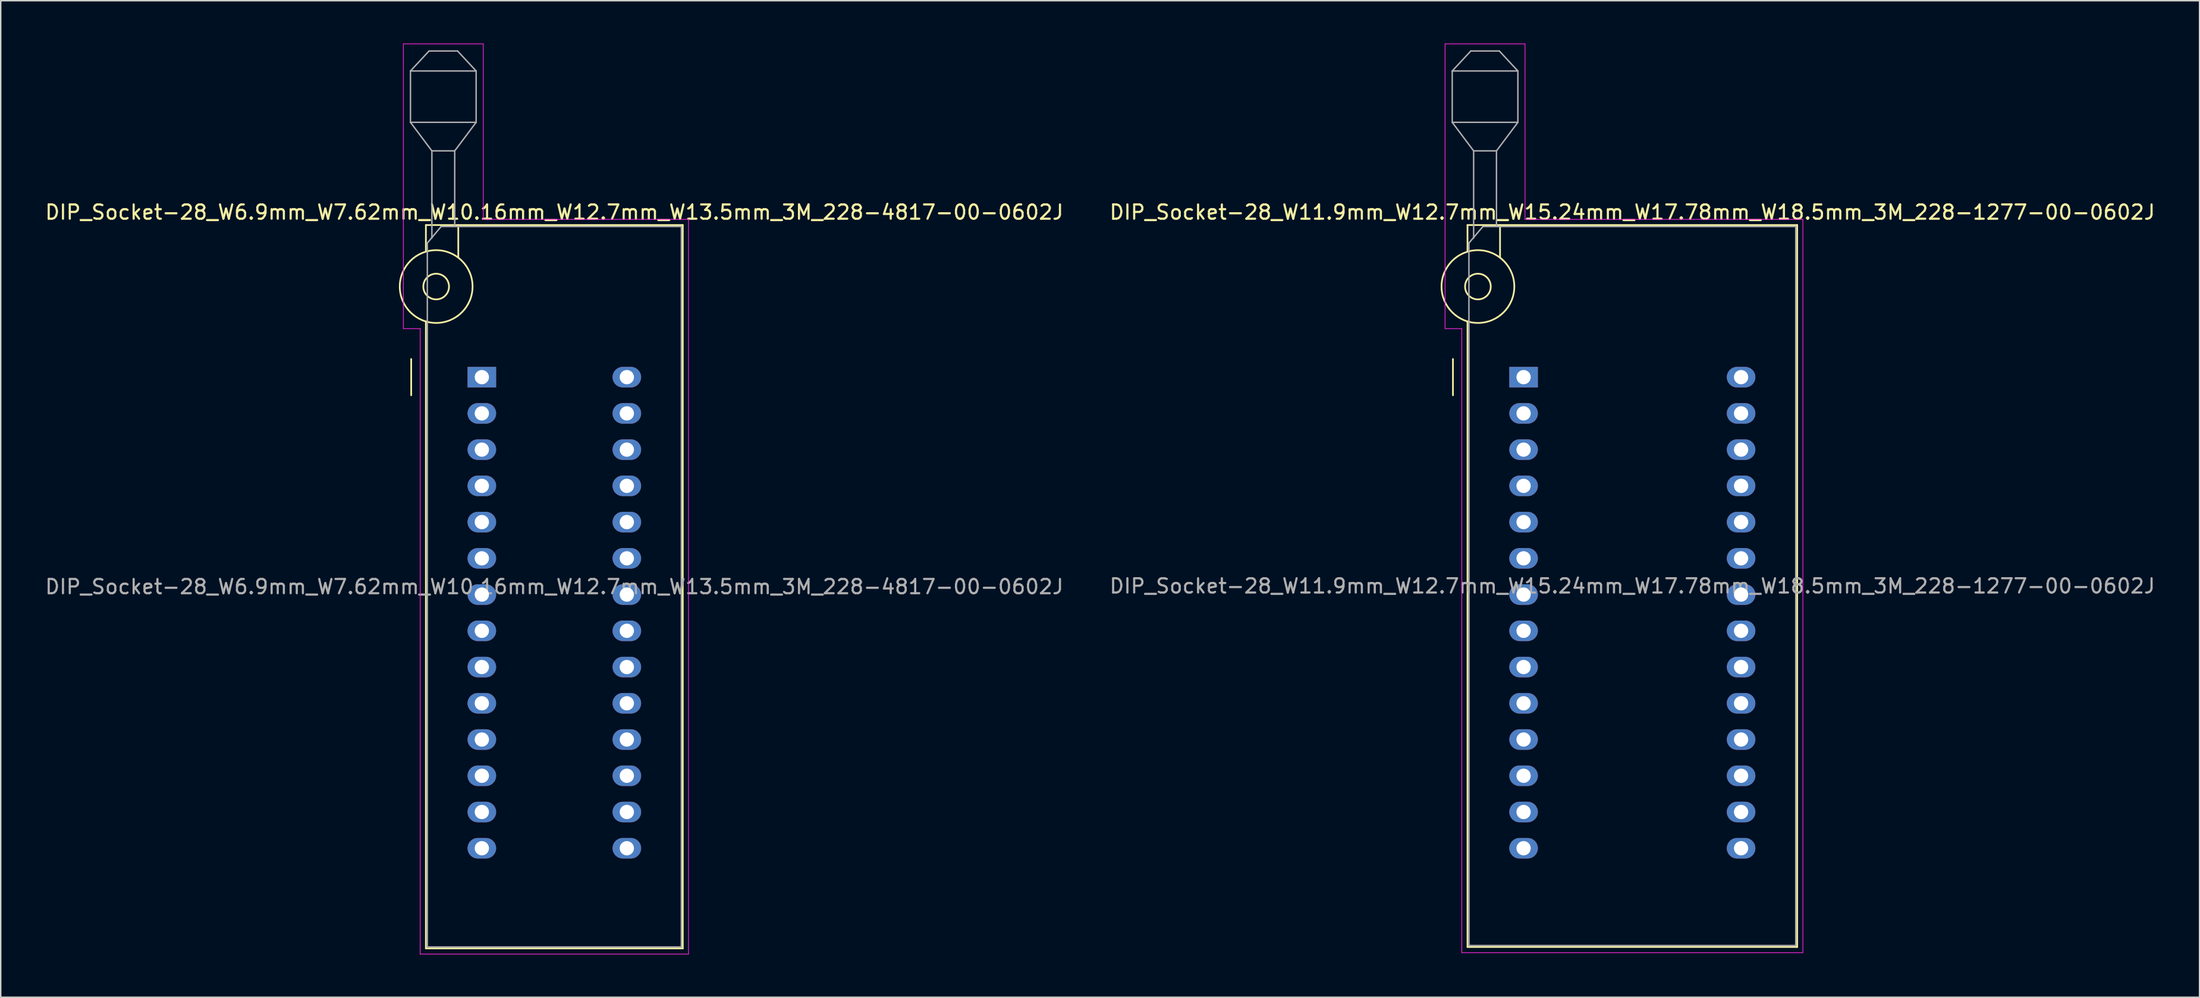
<source format=kicad_pcb>
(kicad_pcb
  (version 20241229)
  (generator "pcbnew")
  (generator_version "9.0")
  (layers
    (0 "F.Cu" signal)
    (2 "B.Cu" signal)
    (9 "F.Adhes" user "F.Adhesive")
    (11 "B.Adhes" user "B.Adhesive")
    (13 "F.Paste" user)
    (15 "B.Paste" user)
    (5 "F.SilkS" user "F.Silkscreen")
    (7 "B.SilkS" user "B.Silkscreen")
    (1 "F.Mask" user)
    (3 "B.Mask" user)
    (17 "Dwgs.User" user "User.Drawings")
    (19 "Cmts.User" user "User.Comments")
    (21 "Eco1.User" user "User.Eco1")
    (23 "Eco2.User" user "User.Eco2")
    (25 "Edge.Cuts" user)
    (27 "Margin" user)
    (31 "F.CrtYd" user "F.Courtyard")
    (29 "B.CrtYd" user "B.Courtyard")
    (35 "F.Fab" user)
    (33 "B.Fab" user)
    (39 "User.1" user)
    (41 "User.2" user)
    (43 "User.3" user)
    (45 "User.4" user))
  (footprint "DIP_Socket-28_W6.9mm_W7.62mm_W10.16mm_W12.7mm_W13.5mm_3M_228-4817-00-0602J"
    (layer "F.Cu")
    (at 30.712 23.385)
    (property "Reference" "DIP_Socket-28_W6.9mm_W7.62mm_W10.16mm_W12.7mm_W13.5mm_3M_228-4817-00-0602J" (at 5.08 -11.56 0) (layer "F.SilkS") (effects (font (size 1 1) (thickness 0.15))))
    (attr through_hole)
    (fp_line (start -4.95 1.27) (end -4.95 -1.27) (stroke (width 0.12) (type solid)) (layer "F.SilkS"))
    (fp_line (start -3.92 -10.66) (end -3.92 -8.8) (stroke (width 0.12) (type solid)) (layer "F.SilkS"))
    (fp_line (start -3.92 -3.9) (end -3.92 40.04) (stroke (width 0.12) (type solid)) (layer "F.SilkS"))
    (fp_line (start -3.92 40.04) (end 14.08 40.04) (stroke (width 0.12) (type solid)) (layer "F.SilkS"))
    (fp_line (start -1.65 -10.66) (end -1.65 -8.4) (stroke (width 0.12) (type solid)) (layer "F.SilkS"))
    (fp_line (start 14.08 -10.66) (end -3.92 -10.66) (stroke (width 0.12) (type solid)) (layer "F.SilkS"))
    (fp_line (start 14.08 40.04) (end 14.08 -10.66) (stroke (width 0.12) (type solid)) (layer "F.SilkS"))
    (fp_circle (center -3.2 -6.35) (end -2.3 -6.35) (stroke (width 0.12) (type solid)) (fill no) (layer "F.SilkS"))
    (fp_circle (center -3.2 -6.35) (end -0.65 -6.35) (stroke (width 0.12) (type solid)) (fill no) (layer "F.SilkS"))
    (fp_line (start -5.5 -23.36) (end 0.1 -23.36) (stroke (width 0.05) (type solid)) (layer "F.CrtYd"))
    (fp_line (start -5.5 -3.4) (end -5.5 -23.36) (stroke (width 0.05) (type solid)) (layer "F.CrtYd"))
    (fp_line (start -4.32 -3.4) (end -5.5 -3.4) (stroke (width 0.05) (type solid)) (layer "F.CrtYd"))
    (fp_line (start -4.32 40.44) (end -4.32 -3.4) (stroke (width 0.05) (type solid)) (layer "F.CrtYd"))
    (fp_line (start 0.1 -23.36) (end 0.1 -11.06) (stroke (width 0.05) (type solid)) (layer "F.CrtYd"))
    (fp_line (start 0.1 -11.06) (end 14.48 -11.06) (stroke (width 0.05) (type solid)) (layer "F.CrtYd"))
    (fp_line (start 14.48 -11.06) (end 14.48 40.44) (stroke (width 0.05) (type solid)) (layer "F.CrtYd"))
    (fp_line (start 14.48 40.44) (end -4.32 40.44) (stroke (width 0.05) (type solid)) (layer "F.CrtYd"))
    (fp_line (start -5 -21.46) (end -5 -17.86) (stroke (width 0.1) (type solid)) (layer "F.Fab"))
    (fp_line (start -5 -21.46) (end -3.7 -22.86) (stroke (width 0.1) (type solid)) (layer "F.Fab"))
    (fp_line (start -5 -17.86) (end -3.5 -15.86) (stroke (width 0.1) (type solid)) (layer "F.Fab"))
    (fp_line (start -5 -17.86) (end -0.4 -17.86) (stroke (width 0.1) (type solid)) (layer "F.Fab"))
    (fp_line (start -3.82 -9.4) (end -2.85 -10.56) (stroke (width 0.1) (type solid)) (layer "F.Fab"))
    (fp_line (start -3.82 39.94) (end -3.82 -9.4) (stroke (width 0.1) (type solid)) (layer "F.Fab"))
    (fp_line (start -3.7 -22.86) (end -1.7 -22.86) (stroke (width 0.1) (type solid)) (layer "F.Fab"))
    (fp_line (start -3.5 -15.86) (end -1.9 -15.86) (stroke (width 0.1) (type solid)) (layer "F.Fab"))
    (fp_line (start -3.5 -9.75) (end -3.5 -15.86) (stroke (width 0.1) (type solid)) (layer "F.Fab"))
    (fp_line (start -2.85 -10.56) (end 13.98 -10.56) (stroke (width 0.1) (type solid)) (layer "F.Fab"))
    (fp_line (start -1.9 -15.86) (end -1.9 -10.56) (stroke (width 0.1) (type solid)) (layer "F.Fab"))
    (fp_line (start -1.7 -22.86) (end -0.4 -21.46) (stroke (width 0.1) (type solid)) (layer "F.Fab"))
    (fp_line (start -0.4 -21.46) (end -5 -21.46) (stroke (width 0.1) (type solid)) (layer "F.Fab"))
    (fp_line (start -0.4 -17.86) (end -1.9 -15.86) (stroke (width 0.1) (type solid)) (layer "F.Fab"))
    (fp_line (start -0.4 -17.86) (end -0.4 -21.46) (stroke (width 0.1) (type solid)) (layer "F.Fab"))
    (fp_line (start 13.98 -10.56) (end 13.98 39.94) (stroke (width 0.1) (type solid)) (layer "F.Fab"))
    (fp_line (start 13.98 39.94) (end -3.82 39.94) (stroke (width 0.1) (type solid)) (layer "F.Fab"))
    (fp_text user "${REFERENCE}" (at 5.08 14.69 0) (layer "F.Fab") (effects (font (size 1 1) (thickness 0.15))))
    (pad "1" thru_hole rect (at 0 0) (size 2 1.44) (drill 1) (layers "*.Cu" "*.Mask"))
    (pad "2" thru_hole oval (at 0 2.54) (size 2 1.44) (drill 1) (layers "*.Cu" "*.Mask"))
    (pad "3" thru_hole oval (at 0 5.08) (size 2 1.44) (drill 1) (layers "*.Cu" "*.Mask"))
    (pad "4" thru_hole oval (at 0 7.62) (size 2 1.44) (drill 1) (layers "*.Cu" "*.Mask"))
    (pad "5" thru_hole oval (at 0 10.16) (size 2 1.44) (drill 1) (layers "*.Cu" "*.Mask"))
    (pad "6" thru_hole oval (at 0 12.7) (size 2 1.44) (drill 1) (layers "*.Cu" "*.Mask"))
    (pad "7" thru_hole oval (at 0 15.24) (size 2 1.44) (drill 1) (layers "*.Cu" "*.Mask"))
    (pad "8" thru_hole oval (at 0 17.78) (size 2 1.44) (drill 1) (layers "*.Cu" "*.Mask"))
    (pad "9" thru_hole oval (at 0 20.32) (size 2 1.44) (drill 1) (layers "*.Cu" "*.Mask"))
    (pad "10" thru_hole oval (at 0 22.86) (size 2 1.44) (drill 1) (layers "*.Cu" "*.Mask"))
    (pad "11" thru_hole oval (at 0 25.4) (size 2 1.44) (drill 1) (layers "*.Cu" "*.Mask"))
    (pad "12" thru_hole oval (at 0 27.94) (size 2 1.44) (drill 1) (layers "*.Cu" "*.Mask"))
    (pad "13" thru_hole oval (at 0 30.48) (size 2 1.44) (drill 1) (layers "*.Cu" "*.Mask"))
    (pad "14" thru_hole oval (at 0 33.02) (size 2 1.44) (drill 1) (layers "*.Cu" "*.Mask"))
    (pad "15" thru_hole oval (at 10.16 33.02) (size 2 1.44) (drill 1) (layers "*.Cu" "*.Mask"))
    (pad "16" thru_hole oval (at 10.16 30.48) (size 2 1.44) (drill 1) (layers "*.Cu" "*.Mask"))
    (pad "17" thru_hole oval (at 10.16 27.94) (size 2 1.44) (drill 1) (layers "*.Cu" "*.Mask"))
    (pad "18" thru_hole oval (at 10.16 25.4) (size 2 1.44) (drill 1) (layers "*.Cu" "*.Mask"))
    (pad "19" thru_hole oval (at 10.16 22.86) (size 2 1.44) (drill 1) (layers "*.Cu" "*.Mask"))
    (pad "20" thru_hole oval (at 10.16 20.32) (size 2 1.44) (drill 1) (layers "*.Cu" "*.Mask"))
    (pad "21" thru_hole oval (at 10.16 17.78) (size 2 1.44) (drill 1) (layers "*.Cu" "*.Mask"))
    (pad "22" thru_hole oval (at 10.16 15.24) (size 2 1.44) (drill 1) (layers "*.Cu" "*.Mask"))
    (pad "23" thru_hole oval (at 10.16 12.7) (size 2 1.44) (drill 1) (layers "*.Cu" "*.Mask"))
    (pad "24" thru_hole oval (at 10.16 10.16) (size 2 1.44) (drill 1) (layers "*.Cu" "*.Mask"))
    (pad "25" thru_hole oval (at 10.16 7.62) (size 2 1.44) (drill 1) (layers "*.Cu" "*.Mask"))
    (pad "26" thru_hole oval (at 10.16 5.08) (size 2 1.44) (drill 1) (layers "*.Cu" "*.Mask"))
    (pad "27" thru_hole oval (at 10.16 2.54) (size 2 1.44) (drill 1) (layers "*.Cu" "*.Mask"))
    (pad "28" thru_hole oval (at 10.16 0) (size 2 1.44) (drill 1) (layers "*.Cu" "*.Mask")))
  (footprint "DIP_Socket-28_W11.9mm_W12.7mm_W15.24mm_W17.78mm_W18.5mm_3M_228-1277-00-0602J"
    (layer "F.Cu")
    (at 103.707 23.385)
    (property "Reference" "DIP_Socket-28_W11.9mm_W12.7mm_W15.24mm_W17.78mm_W18.5mm_3M_228-1277-00-0602J" (at 7.62 -11.56 0) (layer "F.SilkS") (effects (font (size 1 1) (thickness 0.15))))
    (attr through_hole)
    (fp_line (start -4.95 1.27) (end -4.95 -1.27) (stroke (width 0.12) (type solid)) (layer "F.SilkS"))
    (fp_line (start -3.93 -10.66) (end -3.93 -8.8) (stroke (width 0.12) (type solid)) (layer "F.SilkS"))
    (fp_line (start -3.93 -3.9) (end -3.93 39.94) (stroke (width 0.12) (type solid)) (layer "F.SilkS"))
    (fp_line (start -3.93 39.94) (end 19.17 39.94) (stroke (width 0.12) (type solid)) (layer "F.SilkS"))
    (fp_line (start -1.65 -10.66) (end -1.65 -8.4) (stroke (width 0.12) (type solid)) (layer "F.SilkS"))
    (fp_line (start 19.17 -10.66) (end -3.93 -10.66) (stroke (width 0.12) (type solid)) (layer "F.SilkS"))
    (fp_line (start 19.17 39.94) (end 19.17 -10.66) (stroke (width 0.12) (type solid)) (layer "F.SilkS"))
    (fp_circle (center -3.2 -6.35) (end -2.3 -6.35) (stroke (width 0.12) (type solid)) (fill no) (layer "F.SilkS"))
    (fp_circle (center -3.2 -6.35) (end -0.65 -6.35) (stroke (width 0.12) (type solid)) (fill no) (layer "F.SilkS"))
    (fp_line (start -5.5 -23.36) (end 0.1 -23.36) (stroke (width 0.05) (type solid)) (layer "F.CrtYd"))
    (fp_line (start -5.5 -3.4) (end -5.5 -23.36) (stroke (width 0.05) (type solid)) (layer "F.CrtYd"))
    (fp_line (start -4.33 -3.4) (end -5.5 -3.4) (stroke (width 0.05) (type solid)) (layer "F.CrtYd"))
    (fp_line (start -4.33 40.34) (end -4.33 -3.4) (stroke (width 0.05) (type solid)) (layer "F.CrtYd"))
    (fp_line (start 0.1 -23.36) (end 0.1 -11.06) (stroke (width 0.05) (type solid)) (layer "F.CrtYd"))
    (fp_line (start 0.1 -11.06) (end 19.57 -11.06) (stroke (width 0.05) (type solid)) (layer "F.CrtYd"))
    (fp_line (start 19.57 -11.06) (end 19.57 40.34) (stroke (width 0.05) (type solid)) (layer "F.CrtYd"))
    (fp_line (start 19.57 40.34) (end -4.33 40.34) (stroke (width 0.05) (type solid)) (layer "F.CrtYd"))
    (fp_line (start -5 -21.46) (end -5 -17.86) (stroke (width 0.1) (type solid)) (layer "F.Fab"))
    (fp_line (start -5 -21.46) (end -3.7 -22.86) (stroke (width 0.1) (type solid)) (layer "F.Fab"))
    (fp_line (start -5 -17.86) (end -3.5 -15.86) (stroke (width 0.1) (type solid)) (layer "F.Fab"))
    (fp_line (start -5 -17.86) (end -0.4 -17.86) (stroke (width 0.1) (type solid)) (layer "F.Fab"))
    (fp_line (start -3.83 -9.4) (end -2.85 -10.56) (stroke (width 0.1) (type solid)) (layer "F.Fab"))
    (fp_line (start -3.83 39.84) (end -3.83 -9.4) (stroke (width 0.1) (type solid)) (layer "F.Fab"))
    (fp_line (start -3.7 -22.86) (end -1.7 -22.86) (stroke (width 0.1) (type solid)) (layer "F.Fab"))
    (fp_line (start -3.5 -15.86) (end -1.9 -15.86) (stroke (width 0.1) (type solid)) (layer "F.Fab"))
    (fp_line (start -3.5 -9.75) (end -3.5 -15.86) (stroke (width 0.1) (type solid)) (layer "F.Fab"))
    (fp_line (start -2.85 -10.56) (end 19.07 -10.56) (stroke (width 0.1) (type solid)) (layer "F.Fab"))
    (fp_line (start -1.9 -15.86) (end -1.9 -10.56) (stroke (width 0.1) (type solid)) (layer "F.Fab"))
    (fp_line (start -1.7 -22.86) (end -0.4 -21.46) (stroke (width 0.1) (type solid)) (layer "F.Fab"))
    (fp_line (start -0.4 -21.46) (end -5 -21.46) (stroke (width 0.1) (type solid)) (layer "F.Fab"))
    (fp_line (start -0.4 -17.86) (end -1.9 -15.86) (stroke (width 0.1) (type solid)) (layer "F.Fab"))
    (fp_line (start -0.4 -17.86) (end -0.4 -21.46) (stroke (width 0.1) (type solid)) (layer "F.Fab"))
    (fp_line (start 19.07 -10.56) (end 19.07 39.84) (stroke (width 0.1) (type solid)) (layer "F.Fab"))
    (fp_line (start 19.07 39.84) (end -3.83 39.84) (stroke (width 0.1) (type solid)) (layer "F.Fab"))
    (fp_text user "${REFERENCE}" (at 7.62 14.64 0) (layer "F.Fab") (effects (font (size 1 1) (thickness 0.15))))
    (pad "1" thru_hole rect (at 0 0) (size 2 1.44) (drill 1) (layers "*.Cu" "*.Mask"))
    (pad "2" thru_hole oval (at 0 2.54) (size 2 1.44) (drill 1) (layers "*.Cu" "*.Mask"))
    (pad "3" thru_hole oval (at 0 5.08) (size 2 1.44) (drill 1) (layers "*.Cu" "*.Mask"))
    (pad "4" thru_hole oval (at 0 7.62) (size 2 1.44) (drill 1) (layers "*.Cu" "*.Mask"))
    (pad "5" thru_hole oval (at 0 10.16) (size 2 1.44) (drill 1) (layers "*.Cu" "*.Mask"))
    (pad "6" thru_hole oval (at 0 12.7) (size 2 1.44) (drill 1) (layers "*.Cu" "*.Mask"))
    (pad "7" thru_hole oval (at 0 15.24) (size 2 1.44) (drill 1) (layers "*.Cu" "*.Mask"))
    (pad "8" thru_hole oval (at 0 17.78) (size 2 1.44) (drill 1) (layers "*.Cu" "*.Mask"))
    (pad "9" thru_hole oval (at 0 20.32) (size 2 1.44) (drill 1) (layers "*.Cu" "*.Mask"))
    (pad "10" thru_hole oval (at 0 22.86) (size 2 1.44) (drill 1) (layers "*.Cu" "*.Mask"))
    (pad "11" thru_hole oval (at 0 25.4) (size 2 1.44) (drill 1) (layers "*.Cu" "*.Mask"))
    (pad "12" thru_hole oval (at 0 27.94) (size 2 1.44) (drill 1) (layers "*.Cu" "*.Mask"))
    (pad "13" thru_hole oval (at 0 30.48) (size 2 1.44) (drill 1) (layers "*.Cu" "*.Mask"))
    (pad "14" thru_hole oval (at 0 33.02) (size 2 1.44) (drill 1) (layers "*.Cu" "*.Mask"))
    (pad "15" thru_hole oval (at 15.24 33.02) (size 2 1.44) (drill 1) (layers "*.Cu" "*.Mask"))
    (pad "16" thru_hole oval (at 15.24 30.48) (size 2 1.44) (drill 1) (layers "*.Cu" "*.Mask"))
    (pad "17" thru_hole oval (at 15.24 27.94) (size 2 1.44) (drill 1) (layers "*.Cu" "*.Mask"))
    (pad "18" thru_hole oval (at 15.24 25.4) (size 2 1.44) (drill 1) (layers "*.Cu" "*.Mask"))
    (pad "19" thru_hole oval (at 15.24 22.86) (size 2 1.44) (drill 1) (layers "*.Cu" "*.Mask"))
    (pad "20" thru_hole oval (at 15.24 20.32) (size 2 1.44) (drill 1) (layers "*.Cu" "*.Mask"))
    (pad "21" thru_hole oval (at 15.24 17.78) (size 2 1.44) (drill 1) (layers "*.Cu" "*.Mask"))
    (pad "22" thru_hole oval (at 15.24 15.24) (size 2 1.44) (drill 1) (layers "*.Cu" "*.Mask"))
    (pad "23" thru_hole oval (at 15.24 12.7) (size 2 1.44) (drill 1) (layers "*.Cu" "*.Mask"))
    (pad "24" thru_hole oval (at 15.24 10.16) (size 2 1.44) (drill 1) (layers "*.Cu" "*.Mask"))
    (pad "25" thru_hole oval (at 15.24 7.62) (size 2 1.44) (drill 1) (layers "*.Cu" "*.Mask"))
    (pad "26" thru_hole oval (at 15.24 5.08) (size 2 1.44) (drill 1) (layers "*.Cu" "*.Mask"))
    (pad "27" thru_hole oval (at 15.24 2.54) (size 2 1.44) (drill 1) (layers "*.Cu" "*.Mask"))
    (pad "28" thru_hole oval (at 15.24 0) (size 2 1.44) (drill 1) (layers "*.Cu" "*.Mask")))
  (gr_rect
    (start -3 -3)
    (end 151.071 66.85)
    (stroke (width 0.1) (type default))
    (fill no)
    (layer "Edge.Cuts")))
</source>
